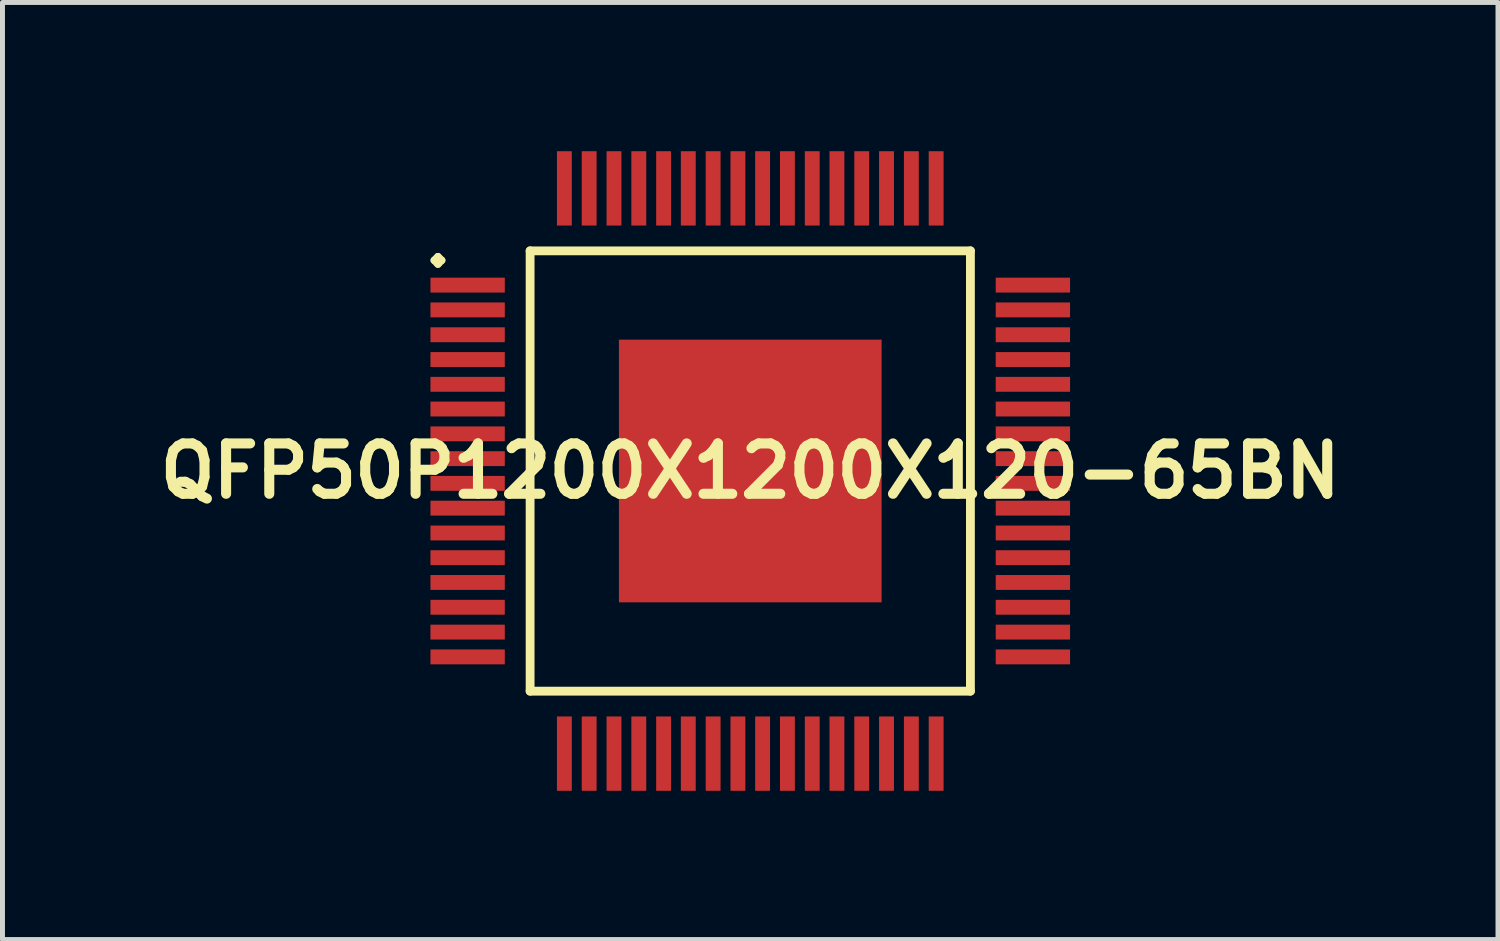
<source format=kicad_pcb>
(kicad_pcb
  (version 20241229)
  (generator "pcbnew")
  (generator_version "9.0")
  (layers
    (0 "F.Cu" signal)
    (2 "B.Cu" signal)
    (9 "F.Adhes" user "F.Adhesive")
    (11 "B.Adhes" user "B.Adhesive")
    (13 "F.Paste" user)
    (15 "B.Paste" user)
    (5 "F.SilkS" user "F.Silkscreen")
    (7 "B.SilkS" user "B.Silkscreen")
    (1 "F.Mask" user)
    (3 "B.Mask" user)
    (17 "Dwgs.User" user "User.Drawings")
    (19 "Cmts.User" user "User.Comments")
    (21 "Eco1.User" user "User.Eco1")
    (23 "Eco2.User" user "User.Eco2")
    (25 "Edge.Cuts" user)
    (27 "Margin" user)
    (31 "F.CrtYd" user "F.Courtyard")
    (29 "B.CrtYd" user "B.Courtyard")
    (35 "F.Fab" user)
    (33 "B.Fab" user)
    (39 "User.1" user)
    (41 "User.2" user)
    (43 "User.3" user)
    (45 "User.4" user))
  (footprint "QFP50P1200X1200X120-65BN"
    (layer "F.Cu")
    (at 12.081 6.449)
    (property "Reference" "QFP50P1200X1200X120-65BN" (at 0 0 0) (layer "F.SilkS") (effects (font (size 1.016 1.016) (thickness 0.203))))
    (attr smd)
    (fp_line (start -6.373 -4.249) (end -6.299 -4.323) (stroke (width 0.15) (type solid)) (layer "F.SilkS"))
    (fp_line (start -6.299 -4.323) (end -6.223 -4.249) (stroke (width 0.15) (type solid)) (layer "F.SilkS"))
    (fp_line (start -6.299 -4.173) (end -6.373 -4.249) (stroke (width 0.15) (type solid)) (layer "F.SilkS"))
    (fp_line (start -6.223 -4.249) (end -6.299 -4.173) (stroke (width 0.15) (type solid)) (layer "F.SilkS"))
    (fp_line (start -4.44 -4.44) (end -4.44 4.44) (stroke (width 0.178) (type solid)) (layer "F.SilkS"))
    (fp_line (start -4.44 4.44) (end 4.44 4.44) (stroke (width 0.178) (type solid)) (layer "F.SilkS"))
    (fp_line (start 4.44 -4.44) (end -4.44 -4.44) (stroke (width 0.178) (type solid)) (layer "F.SilkS"))
    (fp_line (start 4.44 4.44) (end 4.44 -4.44) (stroke (width 0.178) (type solid)) (layer "F.SilkS"))
    (pad "1" smd rect (at -5.7 -3.749) (size 1.499 0.3) (layers "F.Cu" "F.Mask" "F.Paste"))
    (pad "2" smd rect (at -5.7 -3.249) (size 1.499 0.3) (layers "F.Cu" "F.Mask" "F.Paste"))
    (pad "3" smd rect (at -5.7 -2.748) (size 1.499 0.3) (layers "F.Cu" "F.Mask" "F.Paste"))
    (pad "4" smd rect (at -5.7 -2.248) (size 1.499 0.3) (layers "F.Cu" "F.Mask" "F.Paste"))
    (pad "5" smd rect (at -5.7 -1.748) (size 1.499 0.3) (layers "F.Cu" "F.Mask" "F.Paste"))
    (pad "6" smd rect (at -5.7 -1.25) (size 1.499 0.3) (layers "F.Cu" "F.Mask" "F.Paste"))
    (pad "7" smd rect (at -5.7 -0.749) (size 1.499 0.3) (layers "F.Cu" "F.Mask" "F.Paste"))
    (pad "8" smd rect (at -5.7 -0.249) (size 1.499 0.3) (layers "F.Cu" "F.Mask" "F.Paste"))
    (pad "9" smd rect (at -5.7 0.249) (size 1.499 0.3) (layers "F.Cu" "F.Mask" "F.Paste"))
    (pad "10" smd rect (at -5.7 0.749) (size 1.499 0.3) (layers "F.Cu" "F.Mask" "F.Paste"))
    (pad "11" smd rect (at -5.7 1.25) (size 1.499 0.3) (layers "F.Cu" "F.Mask" "F.Paste"))
    (pad "12" smd rect (at -5.7 1.748) (size 1.499 0.3) (layers "F.Cu" "F.Mask" "F.Paste"))
    (pad "13" smd rect (at -5.7 2.248) (size 1.499 0.3) (layers "F.Cu" "F.Mask" "F.Paste"))
    (pad "14" smd rect (at -5.7 2.748) (size 1.499 0.3) (layers "F.Cu" "F.Mask" "F.Paste"))
    (pad "15" smd rect (at -5.7 3.249) (size 1.499 0.3) (layers "F.Cu" "F.Mask" "F.Paste"))
    (pad "16" smd rect (at -5.7 3.749) (size 1.499 0.3) (layers "F.Cu" "F.Mask" "F.Paste"))
    (pad "17" smd rect (at -3.749 5.7) (size 0.3 1.499) (layers "F.Cu" "F.Mask" "F.Paste"))
    (pad "18" smd rect (at -3.249 5.7) (size 0.3 1.499) (layers "F.Cu" "F.Mask" "F.Paste"))
    (pad "19" smd rect (at -2.748 5.7) (size 0.3 1.499) (layers "F.Cu" "F.Mask" "F.Paste"))
    (pad "20" smd rect (at -2.248 5.7) (size 0.3 1.499) (layers "F.Cu" "F.Mask" "F.Paste"))
    (pad "21" smd rect (at -1.748 5.7) (size 0.3 1.499) (layers "F.Cu" "F.Mask" "F.Paste"))
    (pad "22" smd rect (at -1.25 5.7) (size 0.3 1.499) (layers "F.Cu" "F.Mask" "F.Paste"))
    (pad "23" smd rect (at -0.749 5.7) (size 0.3 1.499) (layers "F.Cu" "F.Mask" "F.Paste"))
    (pad "24" smd rect (at -0.249 5.7) (size 0.3 1.499) (layers "F.Cu" "F.Mask" "F.Paste"))
    (pad "25" smd rect (at 0.249 5.7) (size 0.3 1.499) (layers "F.Cu" "F.Mask" "F.Paste"))
    (pad "26" smd rect (at 0.749 5.7) (size 0.3 1.499) (layers "F.Cu" "F.Mask" "F.Paste"))
    (pad "27" smd rect (at 1.25 5.7) (size 0.3 1.499) (layers "F.Cu" "F.Mask" "F.Paste"))
    (pad "28" smd rect (at 1.748 5.7) (size 0.3 1.499) (layers "F.Cu" "F.Mask" "F.Paste"))
    (pad "29" smd rect (at 2.248 5.7) (size 0.3 1.499) (layers "F.Cu" "F.Mask" "F.Paste"))
    (pad "30" smd rect (at 2.748 5.7) (size 0.3 1.499) (layers "F.Cu" "F.Mask" "F.Paste"))
    (pad "31" smd rect (at 3.249 5.7) (size 0.3 1.499) (layers "F.Cu" "F.Mask" "F.Paste"))
    (pad "32" smd rect (at 3.749 5.7) (size 0.3 1.499) (layers "F.Cu" "F.Mask" "F.Paste"))
    (pad "33" smd rect (at 5.7 3.749) (size 1.499 0.3) (layers "F.Cu" "F.Mask" "F.Paste"))
    (pad "34" smd rect (at 5.7 3.249) (size 1.499 0.3) (layers "F.Cu" "F.Mask" "F.Paste"))
    (pad "35" smd rect (at 5.7 2.748) (size 1.499 0.3) (layers "F.Cu" "F.Mask" "F.Paste"))
    (pad "36" smd rect (at 5.7 2.248) (size 1.499 0.3) (layers "F.Cu" "F.Mask" "F.Paste"))
    (pad "37" smd rect (at 5.7 1.748) (size 1.499 0.3) (layers "F.Cu" "F.Mask" "F.Paste"))
    (pad "38" smd rect (at 5.7 1.25) (size 1.499 0.3) (layers "F.Cu" "F.Mask" "F.Paste"))
    (pad "39" smd rect (at 5.7 0.749) (size 1.499 0.3) (layers "F.Cu" "F.Mask" "F.Paste"))
    (pad "40" smd rect (at 5.7 0.249) (size 1.499 0.3) (layers "F.Cu" "F.Mask" "F.Paste"))
    (pad "41" smd rect (at 5.7 -0.249) (size 1.499 0.3) (layers "F.Cu" "F.Mask" "F.Paste"))
    (pad "42" smd rect (at 5.7 -0.749) (size 1.499 0.3) (layers "F.Cu" "F.Mask" "F.Paste"))
    (pad "43" smd rect (at 5.7 -1.25) (size 1.499 0.3) (layers "F.Cu" "F.Mask" "F.Paste"))
    (pad "44" smd rect (at 5.7 -1.748) (size 1.499 0.3) (layers "F.Cu" "F.Mask" "F.Paste"))
    (pad "45" smd rect (at 5.7 -2.248) (size 1.499 0.3) (layers "F.Cu" "F.Mask" "F.Paste"))
    (pad "46" smd rect (at 5.7 -2.748) (size 1.499 0.3) (layers "F.Cu" "F.Mask" "F.Paste"))
    (pad "47" smd rect (at 5.7 -3.249) (size 1.499 0.3) (layers "F.Cu" "F.Mask" "F.Paste"))
    (pad "48" smd rect (at 5.7 -3.749) (size 1.499 0.3) (layers "F.Cu" "F.Mask" "F.Paste"))
    (pad "49" smd rect (at 3.749 -5.7) (size 0.3 1.499) (layers "F.Cu" "F.Mask" "F.Paste"))
    (pad "50" smd rect (at 3.249 -5.7) (size 0.3 1.499) (layers "F.Cu" "F.Mask" "F.Paste"))
    (pad "51" smd rect (at 2.748 -5.7) (size 0.3 1.499) (layers "F.Cu" "F.Mask" "F.Paste"))
    (pad "52" smd rect (at 2.248 -5.7) (size 0.3 1.499) (layers "F.Cu" "F.Mask" "F.Paste"))
    (pad "53" smd rect (at 1.748 -5.7) (size 0.3 1.499) (layers "F.Cu" "F.Mask" "F.Paste"))
    (pad "54" smd rect (at 1.25 -5.7) (size 0.3 1.499) (layers "F.Cu" "F.Mask" "F.Paste"))
    (pad "55" smd rect (at 0.749 -5.7) (size 0.3 1.499) (layers "F.Cu" "F.Mask" "F.Paste"))
    (pad "56" smd rect (at 0.249 -5.7) (size 0.3 1.499) (layers "F.Cu" "F.Mask" "F.Paste"))
    (pad "57" smd rect (at -0.249 -5.7) (size 0.3 1.499) (layers "F.Cu" "F.Mask" "F.Paste"))
    (pad "58" smd rect (at -0.749 -5.7) (size 0.3 1.499) (layers "F.Cu" "F.Mask" "F.Paste"))
    (pad "59" smd rect (at -1.25 -5.7) (size 0.3 1.499) (layers "F.Cu" "F.Mask" "F.Paste"))
    (pad "60" smd rect (at -1.748 -5.7) (size 0.3 1.499) (layers "F.Cu" "F.Mask" "F.Paste"))
    (pad "61" smd rect (at -2.248 -5.7) (size 0.3 1.499) (layers "F.Cu" "F.Mask" "F.Paste"))
    (pad "62" smd rect (at -2.748 -5.7) (size 0.3 1.499) (layers "F.Cu" "F.Mask" "F.Paste"))
    (pad "63" smd rect (at -3.249 -5.7) (size 0.3 1.499) (layers "F.Cu" "F.Mask" "F.Paste"))
    (pad "64" smd rect (at -3.749 -5.7) (size 0.3 1.499) (layers "F.Cu" "F.Mask" "F.Paste"))
    (pad "65" smd rect (at 0 0) (size 5.298 5.298) (layers "F.Cu" "F.Mask" "F.Paste")))
  (gr_rect
    (start -3 -3)
    (end 27.161 15.898)
    (stroke (width 0.1) (type default))
    (fill no)
    (layer "Edge.Cuts")))
</source>
